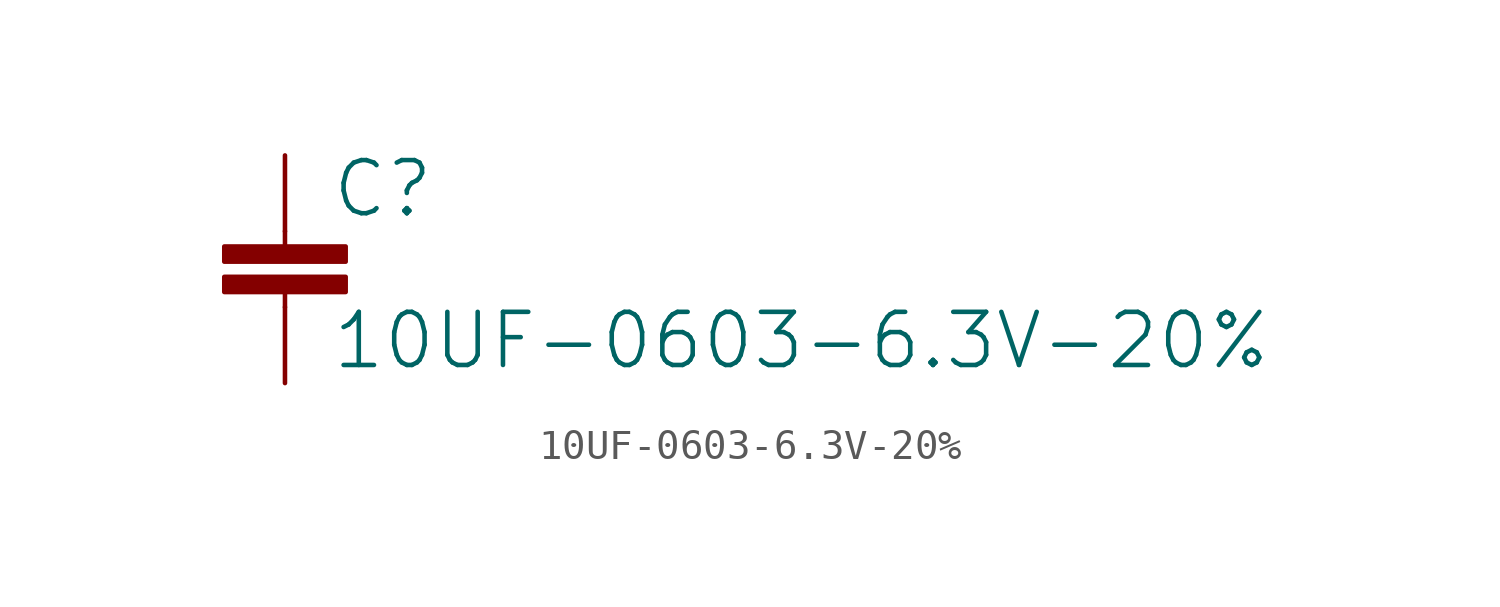
<source format=kicad_sym>
(kicad_symbol_lib
  (version 20211014)
  (generator kicad_symbol_editor)
  (symbol "10UF-0603-6.3V-20%"
    (property "Reference" "C"
      (at 1.524 2.921 0)
      (effects (font (size 1.778 1.778)) (justify left bottom)))
    (property "Value" "10UF-0603-6.3V-20%"
      (at 1.524 -2.159 0)
      (effects (font (size 1.778 1.778)) (justify left bottom)))
    (property "ki_locked" ""
      (at 0 0 0)
      (effects (font (size 1.27 1.27))))
    (symbol "10UF-0603-6.3V-20%_1_0"
      (rectangle (start -2.032 0.508) (end 2.032 1.016) (stroke (width 0) (type default) (color 0 0 0 0)) (fill (type outline)))
      (rectangle (start -2.032 1.524) (end 2.032 2.032) (stroke (width 0) (type default) (color 0 0 0 0)) (fill (type outline)))
      (polyline (pts (xy 0 0) (xy 0 0.508)) (stroke (width 0.152) (type default) (color 0 0 0 0)) (fill (type none)))
      (polyline (pts (xy 0 2.54) (xy 0 2.032)) (stroke (width 0.152) (type default) (color 0 0 0 0)) (fill (type none)))
      (pin passive line (at 0 5.08 270) (length 2.54) (name "1" (effects (font (size 0 0)))) (number "1" (effects (font (size 0 0)))))
      (pin passive line (at 0 -2.54 90) (length 2.54) (name "2" (effects (font (size 0 0)))) (number "2" (effects (font (size 0 0))))))))
</source>
